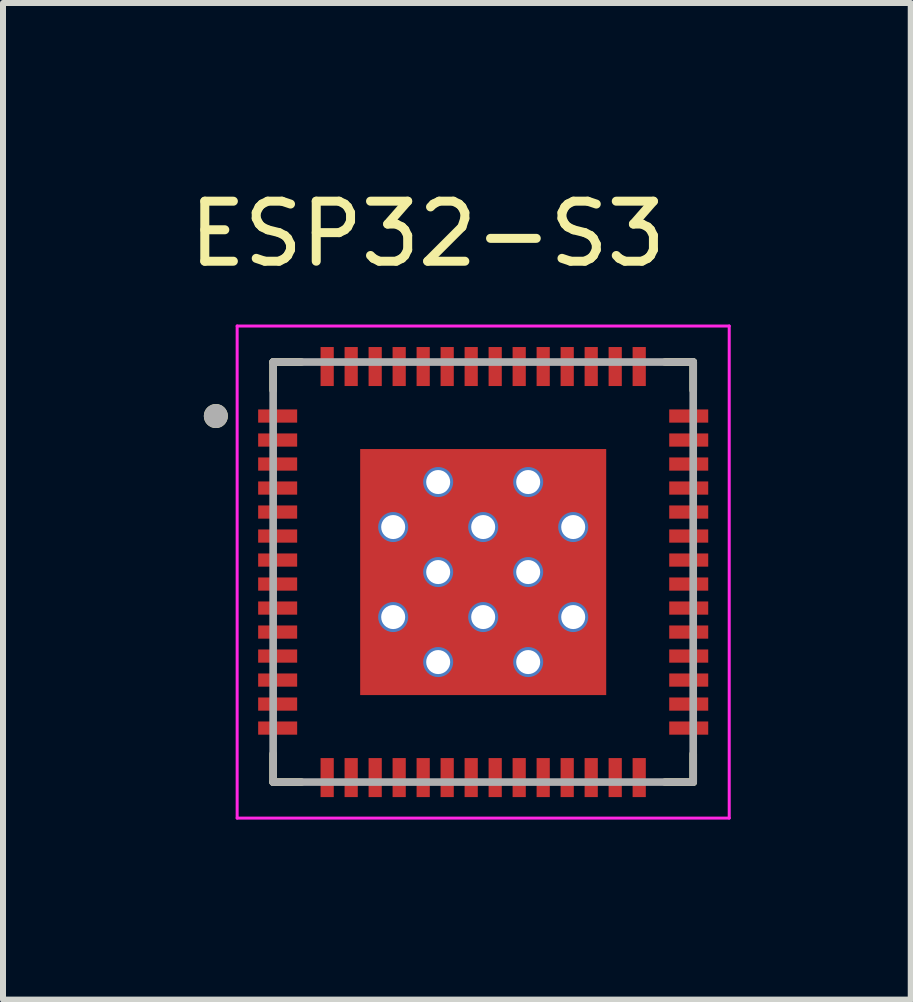
<source format=kicad_pcb>
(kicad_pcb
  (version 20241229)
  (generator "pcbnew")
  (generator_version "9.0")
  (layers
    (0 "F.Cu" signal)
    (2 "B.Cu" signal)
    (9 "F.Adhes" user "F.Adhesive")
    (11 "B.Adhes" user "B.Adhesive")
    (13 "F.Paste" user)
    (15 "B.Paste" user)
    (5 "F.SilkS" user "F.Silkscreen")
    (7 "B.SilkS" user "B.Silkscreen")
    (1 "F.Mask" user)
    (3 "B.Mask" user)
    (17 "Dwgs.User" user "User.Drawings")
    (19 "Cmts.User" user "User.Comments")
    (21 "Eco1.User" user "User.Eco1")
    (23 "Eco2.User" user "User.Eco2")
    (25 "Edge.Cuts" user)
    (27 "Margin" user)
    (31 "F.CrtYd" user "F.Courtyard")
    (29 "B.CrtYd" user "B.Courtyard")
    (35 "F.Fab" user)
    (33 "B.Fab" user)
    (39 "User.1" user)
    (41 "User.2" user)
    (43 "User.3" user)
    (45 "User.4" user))
  (footprint "ESP32-S3"
    (layer "F.Cu")
    (at 5.002 6.483)
    (property "Reference" "ESP32-S3" (at -0.925 -5.635 0) (layer "F.SilkS") (effects (font (size 1 1) (thickness 0.15))))
    (attr smd)
    (fp_poly (pts (xy -3.8 -2.76) (xy -3.05 -2.76) (xy -3.05 -2.44) (xy -3.8 -2.44)) (stroke (width 0.01) (type solid)) (fill yes) (layer "F.Mask"))
    (fp_poly (pts (xy -3.8 -2.36) (xy -3.05 -2.36) (xy -3.05 -2.04) (xy -3.8 -2.04)) (stroke (width 0.01) (type solid)) (fill yes) (layer "F.Mask"))
    (fp_poly (pts (xy -3.8 -1.96) (xy -3.05 -1.96) (xy -3.05 -1.64) (xy -3.8 -1.64)) (stroke (width 0.01) (type solid)) (fill yes) (layer "F.Mask"))
    (fp_poly (pts (xy -3.8 -1.56) (xy -3.05 -1.56) (xy -3.05 -1.24) (xy -3.8 -1.24)) (stroke (width 0.01) (type solid)) (fill yes) (layer "F.Mask"))
    (fp_poly (pts (xy -3.8 -1.16) (xy -3.05 -1.16) (xy -3.05 -0.84) (xy -3.8 -0.84)) (stroke (width 0.01) (type solid)) (fill yes) (layer "F.Mask"))
    (fp_poly (pts (xy -3.8 -0.76) (xy -3.05 -0.76) (xy -3.05 -0.44) (xy -3.8 -0.44)) (stroke (width 0.01) (type solid)) (fill yes) (layer "F.Mask"))
    (fp_poly (pts (xy -3.8 -0.36) (xy -3.05 -0.36) (xy -3.05 -0.04) (xy -3.8 -0.04)) (stroke (width 0.01) (type solid)) (fill yes) (layer "F.Mask"))
    (fp_poly (pts (xy -3.8 0.04) (xy -3.05 0.04) (xy -3.05 0.36) (xy -3.8 0.36)) (stroke (width 0.01) (type solid)) (fill yes) (layer "F.Mask"))
    (fp_poly (pts (xy -3.8 0.44) (xy -3.05 0.44) (xy -3.05 0.76) (xy -3.8 0.76)) (stroke (width 0.01) (type solid)) (fill yes) (layer "F.Mask"))
    (fp_poly (pts (xy -3.8 0.84) (xy -3.05 0.84) (xy -3.05 1.16) (xy -3.8 1.16)) (stroke (width 0.01) (type solid)) (fill yes) (layer "F.Mask"))
    (fp_poly (pts (xy -3.8 1.24) (xy -3.05 1.24) (xy -3.05 1.56) (xy -3.8 1.56)) (stroke (width 0.01) (type solid)) (fill yes) (layer "F.Mask"))
    (fp_poly (pts (xy -3.8 1.64) (xy -3.05 1.64) (xy -3.05 1.96) (xy -3.8 1.96)) (stroke (width 0.01) (type solid)) (fill yes) (layer "F.Mask"))
    (fp_poly (pts (xy -3.8 2.04) (xy -3.05 2.04) (xy -3.05 2.36) (xy -3.8 2.36)) (stroke (width 0.01) (type solid)) (fill yes) (layer "F.Mask"))
    (fp_poly (pts (xy -3.8 2.44) (xy -3.05 2.44) (xy -3.05 2.76) (xy -3.8 2.76)) (stroke (width 0.01) (type solid)) (fill yes) (layer "F.Mask"))
    (fp_poly (pts (xy -2.76 -3.8) (xy -2.44 -3.8) (xy -2.44 -3.05) (xy -2.76 -3.05)) (stroke (width 0.01) (type solid)) (fill yes) (layer "F.Mask"))
    (fp_poly (pts (xy -2.76 3.05) (xy -2.44 3.05) (xy -2.44 3.8) (xy -2.76 3.8)) (stroke (width 0.01) (type solid)) (fill yes) (layer "F.Mask"))
    (fp_poly (pts (xy -2.36 -3.8) (xy -2.04 -3.8) (xy -2.04 -3.05) (xy -2.36 -3.05)) (stroke (width 0.01) (type solid)) (fill yes) (layer "F.Mask"))
    (fp_poly (pts (xy -2.36 3.05) (xy -2.04 3.05) (xy -2.04 3.8) (xy -2.36 3.8)) (stroke (width 0.01) (type solid)) (fill yes) (layer "F.Mask"))
    (fp_poly (pts (xy -1.96 -3.8) (xy -1.64 -3.8) (xy -1.64 -3.05) (xy -1.96 -3.05)) (stroke (width 0.01) (type solid)) (fill yes) (layer "F.Mask"))
    (fp_poly (pts (xy -1.96 3.05) (xy -1.64 3.05) (xy -1.64 3.8) (xy -1.96 3.8)) (stroke (width 0.01) (type solid)) (fill yes) (layer "F.Mask"))
    (fp_poly (pts (xy -1.56 -3.8) (xy -1.24 -3.8) (xy -1.24 -3.05) (xy -1.56 -3.05)) (stroke (width 0.01) (type solid)) (fill yes) (layer "F.Mask"))
    (fp_poly (pts (xy -1.56 3.05) (xy -1.24 3.05) (xy -1.24 3.8) (xy -1.56 3.8)) (stroke (width 0.01) (type solid)) (fill yes) (layer "F.Mask"))
    (fp_poly (pts (xy -1.16 -3.8) (xy -0.84 -3.8) (xy -0.84 -3.05) (xy -1.16 -3.05)) (stroke (width 0.01) (type solid)) (fill yes) (layer "F.Mask"))
    (fp_poly (pts (xy -1.16 3.05) (xy -0.84 3.05) (xy -0.84 3.8) (xy -1.16 3.8)) (stroke (width 0.01) (type solid)) (fill yes) (layer "F.Mask"))
    (fp_poly (pts (xy -0.76 -3.8) (xy -0.44 -3.8) (xy -0.44 -3.05) (xy -0.76 -3.05)) (stroke (width 0.01) (type solid)) (fill yes) (layer "F.Mask"))
    (fp_poly (pts (xy -0.76 3.05) (xy -0.44 3.05) (xy -0.44 3.8) (xy -0.76 3.8)) (stroke (width 0.01) (type solid)) (fill yes) (layer "F.Mask"))
    (fp_poly (pts (xy -0.36 -3.8) (xy -0.04 -3.8) (xy -0.04 -3.05) (xy -0.36 -3.05)) (stroke (width 0.01) (type solid)) (fill yes) (layer "F.Mask"))
    (fp_poly (pts (xy -0.36 3.05) (xy -0.04 3.05) (xy -0.04 3.8) (xy -0.36 3.8)) (stroke (width 0.01) (type solid)) (fill yes) (layer "F.Mask"))
    (fp_poly (pts (xy 0.04 -3.8) (xy 0.36 -3.8) (xy 0.36 -3.05) (xy 0.04 -3.05)) (stroke (width 0.01) (type solid)) (fill yes) (layer "F.Mask"))
    (fp_poly (pts (xy 0.04 3.05) (xy 0.36 3.05) (xy 0.36 3.8) (xy 0.04 3.8)) (stroke (width 0.01) (type solid)) (fill yes) (layer "F.Mask"))
    (fp_poly (pts (xy 0.44 -3.8) (xy 0.76 -3.8) (xy 0.76 -3.05) (xy 0.44 -3.05)) (stroke (width 0.01) (type solid)) (fill yes) (layer "F.Mask"))
    (fp_poly (pts (xy 0.44 3.05) (xy 0.76 3.05) (xy 0.76 3.8) (xy 0.44 3.8)) (stroke (width 0.01) (type solid)) (fill yes) (layer "F.Mask"))
    (fp_poly (pts (xy 0.84 -3.8) (xy 1.16 -3.8) (xy 1.16 -3.05) (xy 0.84 -3.05)) (stroke (width 0.01) (type solid)) (fill yes) (layer "F.Mask"))
    (fp_poly (pts (xy 0.84 3.05) (xy 1.16 3.05) (xy 1.16 3.8) (xy 0.84 3.8)) (stroke (width 0.01) (type solid)) (fill yes) (layer "F.Mask"))
    (fp_poly (pts (xy 1.24 -3.8) (xy 1.56 -3.8) (xy 1.56 -3.05) (xy 1.24 -3.05)) (stroke (width 0.01) (type solid)) (fill yes) (layer "F.Mask"))
    (fp_poly (pts (xy 1.24 3.05) (xy 1.56 3.05) (xy 1.56 3.8) (xy 1.24 3.8)) (stroke (width 0.01) (type solid)) (fill yes) (layer "F.Mask"))
    (fp_poly (pts (xy 1.64 -3.8) (xy 1.96 -3.8) (xy 1.96 -3.05) (xy 1.64 -3.05)) (stroke (width 0.01) (type solid)) (fill yes) (layer "F.Mask"))
    (fp_poly (pts (xy 1.64 3.05) (xy 1.96 3.05) (xy 1.96 3.8) (xy 1.64 3.8)) (stroke (width 0.01) (type solid)) (fill yes) (layer "F.Mask"))
    (fp_poly (pts (xy 2.04 -3.8) (xy 2.36 -3.8) (xy 2.36 -3.05) (xy 2.04 -3.05)) (stroke (width 0.01) (type solid)) (fill yes) (layer "F.Mask"))
    (fp_poly (pts (xy 2.04 3.05) (xy 2.36 3.05) (xy 2.36 3.8) (xy 2.04 3.8)) (stroke (width 0.01) (type solid)) (fill yes) (layer "F.Mask"))
    (fp_poly (pts (xy 2.44 -3.8) (xy 2.76 -3.8) (xy 2.76 -3.05) (xy 2.44 -3.05)) (stroke (width 0.01) (type solid)) (fill yes) (layer "F.Mask"))
    (fp_poly (pts (xy 2.44 3.05) (xy 2.76 3.05) (xy 2.76 3.8) (xy 2.44 3.8)) (stroke (width 0.01) (type solid)) (fill yes) (layer "F.Mask"))
    (fp_poly (pts (xy 3.05 -2.76) (xy 3.8 -2.76) (xy 3.8 -2.44) (xy 3.05 -2.44)) (stroke (width 0.01) (type solid)) (fill yes) (layer "F.Mask"))
    (fp_poly (pts (xy 3.05 -2.36) (xy 3.8 -2.36) (xy 3.8 -2.04) (xy 3.05 -2.04)) (stroke (width 0.01) (type solid)) (fill yes) (layer "F.Mask"))
    (fp_poly (pts (xy 3.05 -1.96) (xy 3.8 -1.96) (xy 3.8 -1.64) (xy 3.05 -1.64)) (stroke (width 0.01) (type solid)) (fill yes) (layer "F.Mask"))
    (fp_poly (pts (xy 3.05 -1.56) (xy 3.8 -1.56) (xy 3.8 -1.24) (xy 3.05 -1.24)) (stroke (width 0.01) (type solid)) (fill yes) (layer "F.Mask"))
    (fp_poly (pts (xy 3.05 -1.16) (xy 3.8 -1.16) (xy 3.8 -0.84) (xy 3.05 -0.84)) (stroke (width 0.01) (type solid)) (fill yes) (layer "F.Mask"))
    (fp_poly (pts (xy 3.05 -0.76) (xy 3.8 -0.76) (xy 3.8 -0.44) (xy 3.05 -0.44)) (stroke (width 0.01) (type solid)) (fill yes) (layer "F.Mask"))
    (fp_poly (pts (xy 3.05 -0.36) (xy 3.8 -0.36) (xy 3.8 -0.04) (xy 3.05 -0.04)) (stroke (width 0.01) (type solid)) (fill yes) (layer "F.Mask"))
    (fp_poly (pts (xy 3.05 0.04) (xy 3.8 0.04) (xy 3.8 0.36) (xy 3.05 0.36)) (stroke (width 0.01) (type solid)) (fill yes) (layer "F.Mask"))
    (fp_poly (pts (xy 3.05 0.44) (xy 3.8 0.44) (xy 3.8 0.76) (xy 3.05 0.76)) (stroke (width 0.01) (type solid)) (fill yes) (layer "F.Mask"))
    (fp_poly (pts (xy 3.05 0.84) (xy 3.8 0.84) (xy 3.8 1.16) (xy 3.05 1.16)) (stroke (width 0.01) (type solid)) (fill yes) (layer "F.Mask"))
    (fp_poly (pts (xy 3.05 1.24) (xy 3.8 1.24) (xy 3.8 1.56) (xy 3.05 1.56)) (stroke (width 0.01) (type solid)) (fill yes) (layer "F.Mask"))
    (fp_poly (pts (xy 3.05 1.64) (xy 3.8 1.64) (xy 3.8 1.96) (xy 3.05 1.96)) (stroke (width 0.01) (type solid)) (fill yes) (layer "F.Mask"))
    (fp_poly (pts (xy 3.05 2.04) (xy 3.8 2.04) (xy 3.8 2.36) (xy 3.05 2.36)) (stroke (width 0.01) (type solid)) (fill yes) (layer "F.Mask"))
    (fp_poly (pts (xy 3.05 2.44) (xy 3.8 2.44) (xy 3.8 2.76) (xy 3.05 2.76)) (stroke (width 0.01) (type solid)) (fill yes) (layer "F.Mask"))
    (fp_line (start -3.5 -3.5) (end -3.5 -3.03) (stroke (width 0.127) (type solid)) (layer "F.SilkS"))
    (fp_line (start -3.5 -3.5) (end -3.03 -3.5) (stroke (width 0.127) (type solid)) (layer "F.SilkS"))
    (fp_line (start -3.5 3.5) (end -3.5 3.03) (stroke (width 0.127) (type solid)) (layer "F.SilkS"))
    (fp_line (start -3.5 3.5) (end -3.03 3.5) (stroke (width 0.127) (type solid)) (layer "F.SilkS"))
    (fp_line (start 3.5 -3.5) (end 3.03 -3.5) (stroke (width 0.127) (type solid)) (layer "F.SilkS"))
    (fp_line (start 3.5 -3.5) (end 3.5 -3.03) (stroke (width 0.127) (type solid)) (layer "F.SilkS"))
    (fp_line (start 3.5 3.5) (end 3.03 3.5) (stroke (width 0.127) (type solid)) (layer "F.SilkS"))
    (fp_line (start 3.5 3.5) (end 3.5 3.03) (stroke (width 0.127) (type solid)) (layer "F.SilkS"))
    (fp_circle (center -4.455 -2.6) (end -4.355 -2.6) (stroke (width 0.2) (type solid)) (fill no) (layer "F.SilkS"))
    (fp_poly (pts (xy -2 -2) (xy -1 -2) (xy -1 -1) (xy -2 -1)) (stroke (width 0.01) (type solid)) (fill yes) (layer "F.Paste"))
    (fp_poly (pts (xy -2 -0.5) (xy -1 -0.5) (xy -1 0.5) (xy -2 0.5)) (stroke (width 0.01) (type solid)) (fill yes) (layer "F.Paste"))
    (fp_poly (pts (xy -2 1) (xy -1 1) (xy -1 2) (xy -2 2)) (stroke (width 0.01) (type solid)) (fill yes) (layer "F.Paste"))
    (fp_poly (pts (xy -0.5 -2) (xy 0.5 -2) (xy 0.5 -1) (xy -0.5 -1)) (stroke (width 0.01) (type solid)) (fill yes) (layer "F.Paste"))
    (fp_poly (pts (xy -0.5 -0.5) (xy 0.5 -0.5) (xy 0.5 0.5) (xy -0.5 0.5)) (stroke (width 0.01) (type solid)) (fill yes) (layer "F.Paste"))
    (fp_poly (pts (xy -0.5 1) (xy 0.5 1) (xy 0.5 2) (xy -0.5 2)) (stroke (width 0.01) (type solid)) (fill yes) (layer "F.Paste"))
    (fp_poly (pts (xy 1 -2) (xy 2 -2) (xy 2 -1) (xy 1 -1)) (stroke (width 0.01) (type solid)) (fill yes) (layer "F.Paste"))
    (fp_poly (pts (xy 1 -0.5) (xy 2 -0.5) (xy 2 0.5) (xy 1 0.5)) (stroke (width 0.01) (type solid)) (fill yes) (layer "F.Paste"))
    (fp_poly (pts (xy 1 1) (xy 2 1) (xy 2 2) (xy 1 2)) (stroke (width 0.01) (type solid)) (fill yes) (layer "F.Paste"))
    (fp_line (start -4.1 -4.1) (end 4.1 -4.1) (stroke (width 0.05) (type solid)) (layer "F.CrtYd"))
    (fp_line (start -4.1 4.1) (end -4.1 -4.1) (stroke (width 0.05) (type solid)) (layer "F.CrtYd"))
    (fp_line (start -4.1 4.1) (end 4.1 4.1) (stroke (width 0.05) (type solid)) (layer "F.CrtYd"))
    (fp_line (start 4.1 4.1) (end 4.1 -4.1) (stroke (width 0.05) (type solid)) (layer "F.CrtYd"))
    (fp_line (start -3.5 3.5) (end -3.5 -3.5) (stroke (width 0.127) (type solid)) (layer "F.Fab"))
    (fp_line (start 3.5 -3.5) (end -3.5 -3.5) (stroke (width 0.127) (type solid)) (layer "F.Fab"))
    (fp_line (start 3.5 3.5) (end -3.5 3.5) (stroke (width 0.127) (type solid)) (layer "F.Fab"))
    (fp_line (start 3.5 3.5) (end 3.5 -3.5) (stroke (width 0.127) (type solid)) (layer "F.Fab"))
    (fp_circle (center -4.455 -2.6) (end -4.355 -2.6) (stroke (width 0.2) (type solid)) (fill no) (layer "F.Fab"))
    (pad "1" smd rect (at -3.425 -2.6) (size 0.65 0.22) (layers "F.Cu" "F.Paste"))
    (pad "2" smd rect (at -3.425 -2.2) (size 0.65 0.22) (layers "F.Cu" "F.Paste"))
    (pad "3" smd rect (at -3.425 -1.8) (size 0.65 0.22) (layers "F.Cu" "F.Paste"))
    (pad "4" smd rect (at -3.425 -1.4) (size 0.65 0.22) (layers "F.Cu" "F.Paste"))
    (pad "5" smd rect (at -3.425 -1) (size 0.65 0.22) (layers "F.Cu" "F.Paste"))
    (pad "6" smd rect (at -3.425 -0.6) (size 0.65 0.22) (layers "F.Cu" "F.Paste"))
    (pad "7" smd rect (at -3.425 -0.2) (size 0.65 0.22) (layers "F.Cu" "F.Paste"))
    (pad "8" smd rect (at -3.425 0.2) (size 0.65 0.22) (layers "F.Cu" "F.Paste"))
    (pad "9" smd rect (at -3.425 0.6) (size 0.65 0.22) (layers "F.Cu" "F.Paste"))
    (pad "10" smd rect (at -3.425 1) (size 0.65 0.22) (layers "F.Cu" "F.Paste"))
    (pad "11" smd rect (at -3.425 1.4) (size 0.65 0.22) (layers "F.Cu" "F.Paste"))
    (pad "12" smd rect (at -3.425 1.8) (size 0.65 0.22) (layers "F.Cu" "F.Paste"))
    (pad "13" smd rect (at -3.425 2.2) (size 0.65 0.22) (layers "F.Cu" "F.Paste"))
    (pad "14" smd rect (at -3.425 2.6) (size 0.65 0.22) (layers "F.Cu" "F.Paste"))
    (pad "15" smd rect (at -2.6 3.425) (size 0.22 0.65) (layers "F.Cu" "F.Paste"))
    (pad "16" smd rect (at -2.2 3.425) (size 0.22 0.65) (layers "F.Cu" "F.Paste"))
    (pad "17" smd rect (at -1.8 3.425) (size 0.22 0.65) (layers "F.Cu" "F.Paste"))
    (pad "18" smd rect (at -1.4 3.425) (size 0.22 0.65) (layers "F.Cu" "F.Paste"))
    (pad "19" smd rect (at -1 3.425) (size 0.22 0.65) (layers "F.Cu" "F.Paste"))
    (pad "20" smd rect (at -0.6 3.425) (size 0.22 0.65) (layers "F.Cu" "F.Paste"))
    (pad "21" smd rect (at -0.2 3.425) (size 0.22 0.65) (layers "F.Cu" "F.Paste"))
    (pad "22" smd rect (at 0.2 3.425) (size 0.22 0.65) (layers "F.Cu" "F.Paste"))
    (pad "23" smd rect (at 0.6 3.425) (size 0.22 0.65) (layers "F.Cu" "F.Paste"))
    (pad "24" smd rect (at 1 3.425) (size 0.22 0.65) (layers "F.Cu" "F.Paste"))
    (pad "25" smd rect (at 1.4 3.425) (size 0.22 0.65) (layers "F.Cu" "F.Paste"))
    (pad "26" smd rect (at 1.8 3.425) (size 0.22 0.65) (layers "F.Cu" "F.Paste"))
    (pad "27" smd rect (at 2.2 3.425) (size 0.22 0.65) (layers "F.Cu" "F.Paste"))
    (pad "28" smd rect (at 2.6 3.425) (size 0.22 0.65) (layers "F.Cu" "F.Paste"))
    (pad "29" smd rect (at 3.425 2.6) (size 0.65 0.22) (layers "F.Cu" "F.Paste"))
    (pad "30" smd rect (at 3.425 2.2) (size 0.65 0.22) (layers "F.Cu" "F.Paste"))
    (pad "31" smd rect (at 3.425 1.8) (size 0.65 0.22) (layers "F.Cu" "F.Paste"))
    (pad "32" smd rect (at 3.425 1.4) (size 0.65 0.22) (layers "F.Cu" "F.Paste"))
    (pad "33" smd rect (at 3.425 1) (size 0.65 0.22) (layers "F.Cu" "F.Paste"))
    (pad "34" smd rect (at 3.425 0.6) (size 0.65 0.22) (layers "F.Cu" "F.Paste"))
    (pad "35" smd rect (at 3.425 0.2) (size 0.65 0.22) (layers "F.Cu" "F.Paste"))
    (pad "36" smd rect (at 3.425 -0.2) (size 0.65 0.22) (layers "F.Cu" "F.Paste"))
    (pad "37" smd rect (at 3.425 -0.6) (size 0.65 0.22) (layers "F.Cu" "F.Paste"))
    (pad "38" smd rect (at 3.425 -1) (size 0.65 0.22) (layers "F.Cu" "F.Paste"))
    (pad "39" smd rect (at 3.425 -1.4) (size 0.65 0.22) (layers "F.Cu" "F.Paste"))
    (pad "40" smd rect (at 3.425 -1.8) (size 0.65 0.22) (layers "F.Cu" "F.Paste"))
    (pad "41" smd rect (at 3.425 -2.2) (size 0.65 0.22) (layers "F.Cu" "F.Paste"))
    (pad "42" smd rect (at 3.425 -2.6) (size 0.65 0.22) (layers "F.Cu" "F.Paste"))
    (pad "43" smd rect (at 2.6 -3.425) (size 0.22 0.65) (layers "F.Cu" "F.Paste"))
    (pad "44" smd rect (at 2.2 -3.425) (size 0.22 0.65) (layers "F.Cu" "F.Paste"))
    (pad "45" smd rect (at 1.8 -3.425) (size 0.22 0.65) (layers "F.Cu" "F.Paste"))
    (pad "46" smd rect (at 1.4 -3.425) (size 0.22 0.65) (layers "F.Cu" "F.Paste"))
    (pad "47" smd rect (at 1 -3.425) (size 0.22 0.65) (layers "F.Cu" "F.Paste"))
    (pad "48" smd rect (at 0.6 -3.425) (size 0.22 0.65) (layers "F.Cu" "F.Paste"))
    (pad "49" smd rect (at 0.2 -3.425) (size 0.22 0.65) (layers "F.Cu" "F.Paste"))
    (pad "50" smd rect (at -0.2 -3.425) (size 0.22 0.65) (layers "F.Cu" "F.Paste"))
    (pad "51" smd rect (at -0.6 -3.425) (size 0.22 0.65) (layers "F.Cu" "F.Paste"))
    (pad "52" smd rect (at -1 -3.425) (size 0.22 0.65) (layers "F.Cu" "F.Paste"))
    (pad "53" smd rect (at -1.4 -3.425) (size 0.22 0.65) (layers "F.Cu" "F.Paste"))
    (pad "54" smd rect (at -1.8 -3.425) (size 0.22 0.65) (layers "F.Cu" "F.Paste"))
    (pad "55" smd rect (at -2.2 -3.425) (size 0.22 0.65) (layers "F.Cu" "F.Paste"))
    (pad "56" smd rect (at -2.6 -3.425) (size 0.22 0.65) (layers "F.Cu" "F.Paste"))
    (pad "57" smd rect (at 0 0) (size 4.1 4.1) (layers "F.Cu" "F.Mask"))
    (pad "58" thru_hole circle (at -0.75 -1.5) (size 0.5 0.5) (drill 0.4) (layers "*.Cu"))
    (pad "59" thru_hole circle (at 0.75 -1.5) (size 0.5 0.5) (drill 0.4) (layers "*.Cu"))
    (pad "60" thru_hole circle (at -1.5 -0.75) (size 0.5 0.5) (drill 0.4) (layers "*.Cu"))
    (pad "61" thru_hole circle (at 0 -0.75) (size 0.5 0.5) (drill 0.4) (layers "*.Cu"))
    (pad "62" thru_hole circle (at 1.5 -0.75) (size 0.5 0.5) (drill 0.4) (layers "*.Cu"))
    (pad "63" thru_hole circle (at -0.75 0) (size 0.5 0.5) (drill 0.4) (layers "*.Cu"))
    (pad "64" thru_hole circle (at 0.75 0) (size 0.5 0.5) (drill 0.4) (layers "*.Cu"))
    (pad "65" thru_hole circle (at -1.5 0.75) (size 0.5 0.5) (drill 0.4) (layers "*.Cu"))
    (pad "66" thru_hole circle (at 0 0.75) (size 0.5 0.5) (drill 0.4) (layers "*.Cu"))
    (pad "67" thru_hole circle (at 1.5 0.75) (size 0.5 0.5) (drill 0.4) (layers "*.Cu"))
    (pad "68" thru_hole circle (at -0.75 1.5) (size 0.5 0.5) (drill 0.4) (layers "*.Cu"))
    (pad "69" thru_hole circle (at 0.75 1.5) (size 0.5 0.5) (drill 0.4) (layers "*.Cu")))
  (gr_rect
    (start -3 -3)
    (end 12.127 13.608)
    (stroke (width 0.1) (type default))
    (fill no)
    (layer "Edge.Cuts")))
</source>
